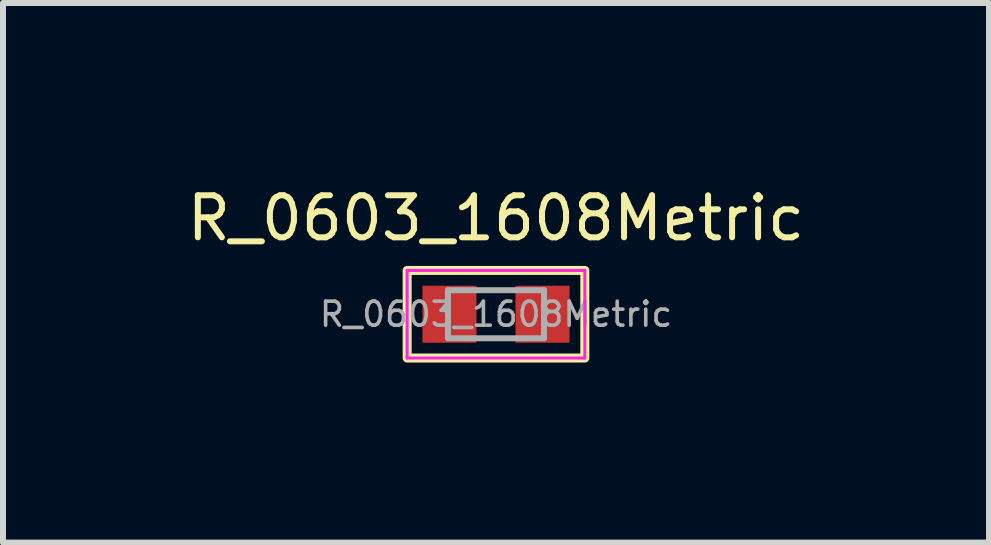
<source format=kicad_pcb>
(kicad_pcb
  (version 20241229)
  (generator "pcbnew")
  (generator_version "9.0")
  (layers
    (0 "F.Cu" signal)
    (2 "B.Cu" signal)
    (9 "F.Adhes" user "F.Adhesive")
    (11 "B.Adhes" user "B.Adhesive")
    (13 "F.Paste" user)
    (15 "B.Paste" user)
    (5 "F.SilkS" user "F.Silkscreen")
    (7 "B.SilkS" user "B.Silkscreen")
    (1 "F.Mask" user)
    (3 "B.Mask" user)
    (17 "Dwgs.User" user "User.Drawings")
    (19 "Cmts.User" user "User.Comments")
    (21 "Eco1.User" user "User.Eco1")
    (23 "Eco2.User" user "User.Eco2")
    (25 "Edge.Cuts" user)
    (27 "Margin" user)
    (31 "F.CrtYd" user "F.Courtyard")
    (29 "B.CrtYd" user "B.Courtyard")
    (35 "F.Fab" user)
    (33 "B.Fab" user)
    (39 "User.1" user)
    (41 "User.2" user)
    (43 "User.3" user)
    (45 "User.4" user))
  (footprint "R_0603_1608Metric"
    (layer "F.Cu")
    (at 5.213 2.185)
    (property "Reference" "R_0603_1608Metric" (at 0 -1.6 0) (layer "F.SilkS") (effects (font (size 0.7 0.7) (thickness 0.1))))
    (attr smd)
    (fp_rect (start -1.48 -0.73) (end 1.48 0.73) (stroke (width 0.15) (type solid)) (fill no) (layer "F.SilkS"))
    (fp_line (start -1.48 -0.73) (end 1.48 -0.73) (stroke (width 0.05) (type solid)) (layer "F.CrtYd"))
    (fp_line (start -1.48 0.73) (end -1.48 -0.73) (stroke (width 0.05) (type solid)) (layer "F.CrtYd"))
    (fp_line (start 1.48 -0.73) (end 1.48 0.73) (stroke (width 0.05) (type solid)) (layer "F.CrtYd"))
    (fp_line (start 1.48 0.73) (end -1.48 0.73) (stroke (width 0.05) (type solid)) (layer "F.CrtYd"))
    (fp_line (start -0.8 -0.4) (end 0.8 -0.4) (stroke (width 0.1) (type solid)) (layer "F.Fab"))
    (fp_line (start -0.8 0.4) (end -0.8 -0.4) (stroke (width 0.1) (type solid)) (layer "F.Fab"))
    (fp_line (start 0.8 -0.4) (end 0.8 0.4) (stroke (width 0.1) (type solid)) (layer "F.Fab"))
    (fp_line (start 0.8 0.4) (end -0.8 0.4) (stroke (width 0.1) (type solid)) (layer "F.Fab"))
    (fp_text user "${REFERENCE}" (at 0 0 0) (layer "F.Fab") (effects (font (size 0.4 0.4) (thickness 0.06))))
    (pad "1" smd rect (at -0.775 0) (size 0.9 0.95) (layers "F.Cu" "F.Mask" "F.Paste"))
    (pad "2" smd rect (at 0.775 0) (size 0.9 0.95) (layers "F.Cu" "F.Mask" "F.Paste")))
  (gr_rect
    (start -3 -3)
    (end 13.427 5.99)
    (stroke (width 0.1) (type default))
    (fill no)
    (layer "Edge.Cuts")))
</source>
